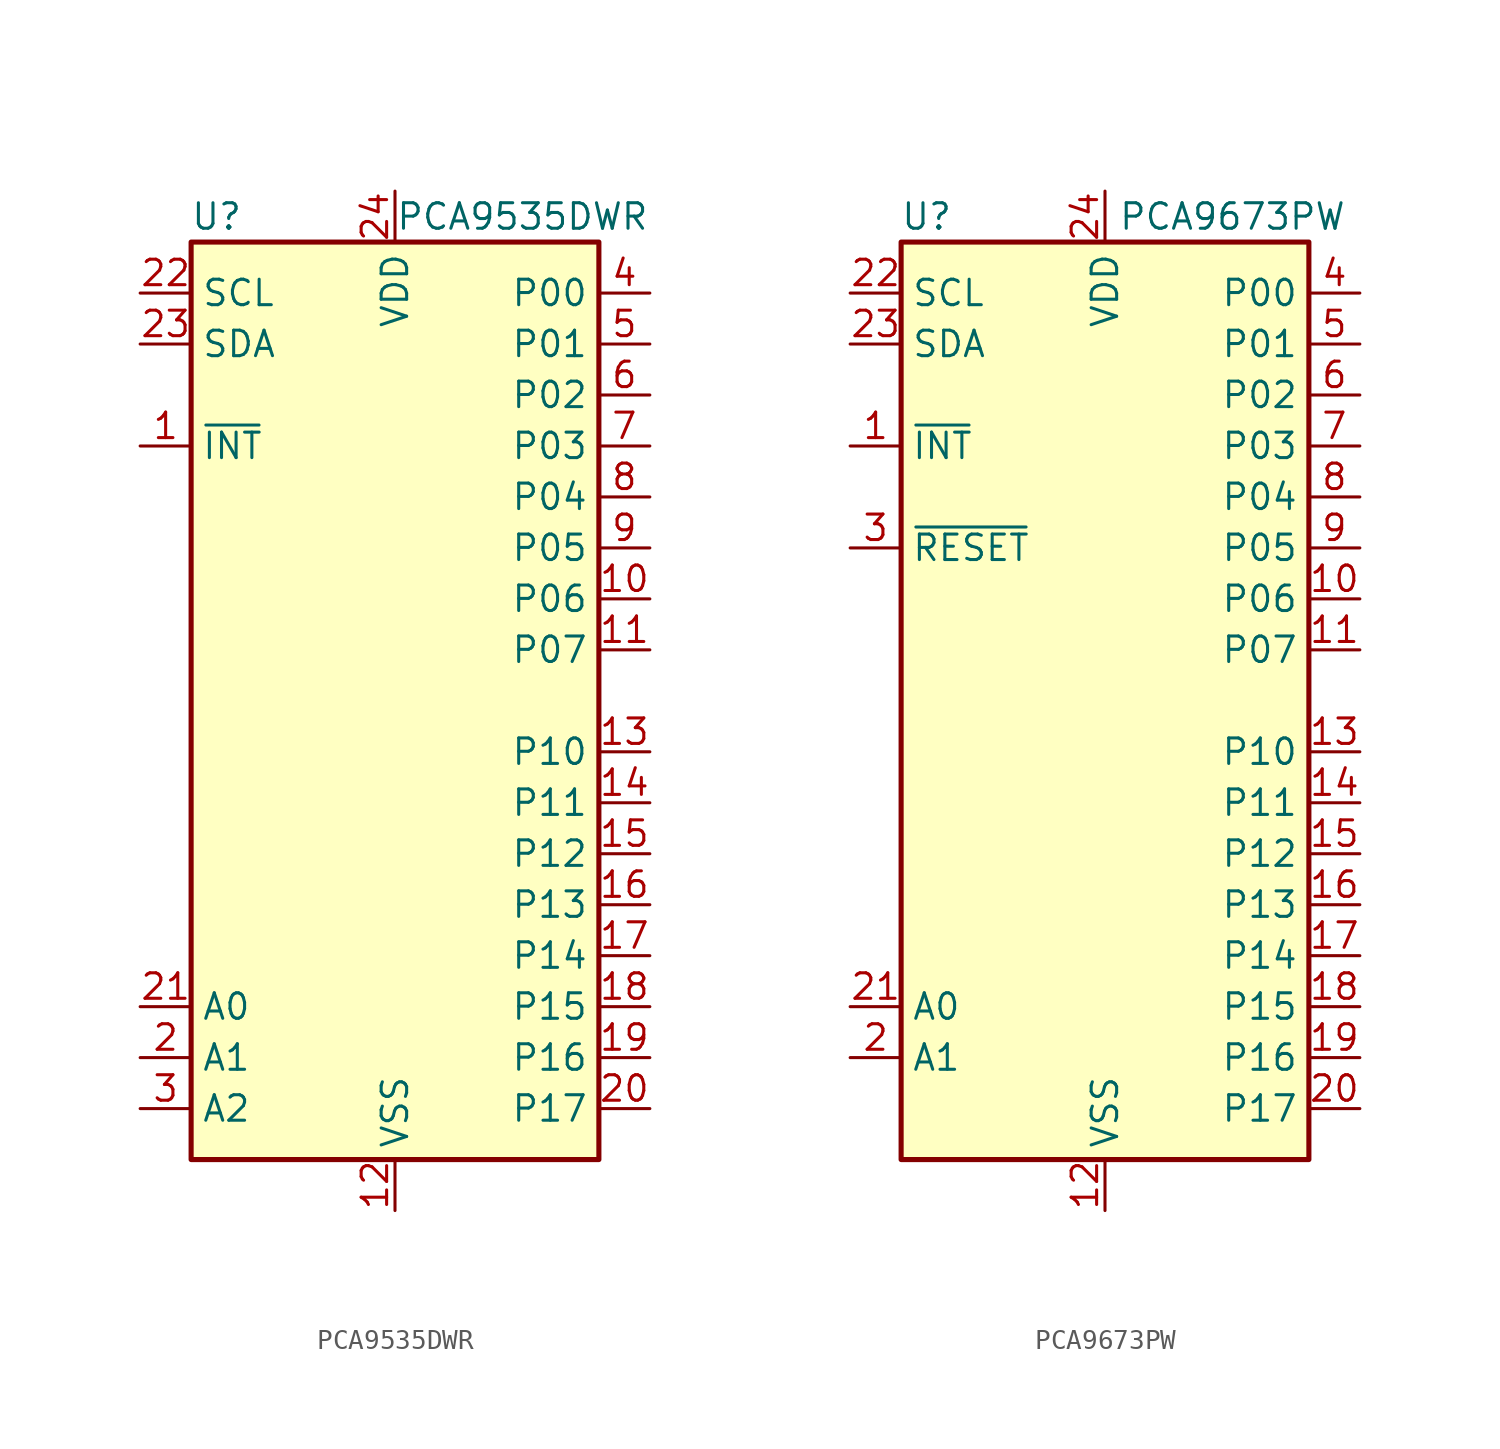
<source format=kicad_sym>
(kicad_symbol_lib
  (version 20211014)
  (generator kicad_symbol_editor)
  (symbol "PCA9535DWR"
    (property "Reference" "U"
      (at -8.89 24.13 0)
      (effects (font (size 1.27 1.27))))
    (property "Value" "PCA9535DWR"
      (at 6.35 24.13 0)
      (effects (font (size 1.27 1.27))))
    (symbol "PCA9535DWR_0_1"
      (rectangle (start -10.16 22.86) (end 10.16 -22.86) (stroke (width 0.254) (type default) (color 0 0 0 0)) (fill (type background))))
    (symbol "PCA9535DWR_1_1"
      (pin open_collector line (at -12.7 12.7 0) (length 2.54) (name "~{INT}" (effects (font (size 1.27 1.27)))) (number "1" (effects (font (size 1.27 1.27)))))
      (pin bidirectional line (at 12.7 5.08 180) (length 2.54) (name "P06" (effects (font (size 1.27 1.27)))) (number "10" (effects (font (size 1.27 1.27)))))
      (pin bidirectional line (at 12.7 2.54 180) (length 2.54) (name "P07" (effects (font (size 1.27 1.27)))) (number "11" (effects (font (size 1.27 1.27)))))
      (pin power_in line (at 0 -25.4 90) (length 2.54) (name "VSS" (effects (font (size 1.27 1.27)))) (number "12" (effects (font (size 1.27 1.27)))))
      (pin bidirectional line (at 12.7 -2.54 180) (length 2.54) (name "P10" (effects (font (size 1.27 1.27)))) (number "13" (effects (font (size 1.27 1.27)))))
      (pin bidirectional line (at 12.7 -5.08 180) (length 2.54) (name "P11" (effects (font (size 1.27 1.27)))) (number "14" (effects (font (size 1.27 1.27)))))
      (pin bidirectional line (at 12.7 -7.62 180) (length 2.54) (name "P12" (effects (font (size 1.27 1.27)))) (number "15" (effects (font (size 1.27 1.27)))))
      (pin bidirectional line (at 12.7 -10.16 180) (length 2.54) (name "P13" (effects (font (size 1.27 1.27)))) (number "16" (effects (font (size 1.27 1.27)))))
      (pin bidirectional line (at 12.7 -12.7 180) (length 2.54) (name "P14" (effects (font (size 1.27 1.27)))) (number "17" (effects (font (size 1.27 1.27)))))
      (pin bidirectional line (at 12.7 -15.24 180) (length 2.54) (name "P15" (effects (font (size 1.27 1.27)))) (number "18" (effects (font (size 1.27 1.27)))))
      (pin bidirectional line (at 12.7 -17.78 180) (length 2.54) (name "P16" (effects (font (size 1.27 1.27)))) (number "19" (effects (font (size 1.27 1.27)))))
      (pin input line (at -12.7 -17.78 0) (length 2.54) (name "A1" (effects (font (size 1.27 1.27)))) (number "2" (effects (font (size 1.27 1.27)))))
      (pin bidirectional line (at 12.7 -20.32 180) (length 2.54) (name "P17" (effects (font (size 1.27 1.27)))) (number "20" (effects (font (size 1.27 1.27)))))
      (pin input line (at -12.7 -15.24 0) (length 2.54) (name "A0" (effects (font (size 1.27 1.27)))) (number "21" (effects (font (size 1.27 1.27)))))
      (pin input line (at -12.7 20.32 0) (length 2.54) (name "SCL" (effects (font (size 1.27 1.27)))) (number "22" (effects (font (size 1.27 1.27)))))
      (pin bidirectional line (at -12.7 17.78 0) (length 2.54) (name "SDA" (effects (font (size 1.27 1.27)))) (number "23" (effects (font (size 1.27 1.27)))))
      (pin power_in line (at 0 25.4 270) (length 2.54) (name "VDD" (effects (font (size 1.27 1.27)))) (number "24" (effects (font (size 1.27 1.27)))))
      (pin input line (at -12.7 -20.32 0) (length 2.54) (name "A2" (effects (font (size 1.27 1.27)))) (number "3" (effects (font (size 1.27 1.27)))))
      (pin bidirectional line (at 12.7 20.32 180) (length 2.54) (name "P00" (effects (font (size 1.27 1.27)))) (number "4" (effects (font (size 1.27 1.27)))))
      (pin bidirectional line (at 12.7 17.78 180) (length 2.54) (name "P01" (effects (font (size 1.27 1.27)))) (number "5" (effects (font (size 1.27 1.27)))))
      (pin bidirectional line (at 12.7 15.24 180) (length 2.54) (name "P02" (effects (font (size 1.27 1.27)))) (number "6" (effects (font (size 1.27 1.27)))))
      (pin bidirectional line (at 12.7 12.7 180) (length 2.54) (name "P03" (effects (font (size 1.27 1.27)))) (number "7" (effects (font (size 1.27 1.27)))))
      (pin bidirectional line (at 12.7 10.16 180) (length 2.54) (name "P04" (effects (font (size 1.27 1.27)))) (number "8" (effects (font (size 1.27 1.27)))))
      (pin bidirectional line (at 12.7 7.62 180) (length 2.54) (name "P05" (effects (font (size 1.27 1.27)))) (number "9" (effects (font (size 1.27 1.27)))))))
  (symbol "PCA9673PW"
    (property "Reference" "U"
      (at -8.89 24.13 0)
      (effects (font (size 1.27 1.27))))
    (property "Value" "PCA9673PW"
      (at 6.35 24.13 0)
      (effects (font (size 1.27 1.27))))
    (symbol "PCA9673PW_0_1"
      (rectangle (start -10.16 22.86) (end 10.16 -22.86) (stroke (width 0.254) (type default) (color 0 0 0 0)) (fill (type background))))
    (symbol "PCA9673PW_1_1"
      (pin open_collector line (at -12.7 12.7 0) (length 2.54) (name "~{INT}" (effects (font (size 1.27 1.27)))) (number "1" (effects (font (size 1.27 1.27)))))
      (pin bidirectional line (at 12.7 5.08 180) (length 2.54) (name "P06" (effects (font (size 1.27 1.27)))) (number "10" (effects (font (size 1.27 1.27)))))
      (pin bidirectional line (at 12.7 2.54 180) (length 2.54) (name "P07" (effects (font (size 1.27 1.27)))) (number "11" (effects (font (size 1.27 1.27)))))
      (pin power_in line (at 0 -25.4 90) (length 2.54) (name "VSS" (effects (font (size 1.27 1.27)))) (number "12" (effects (font (size 1.27 1.27)))))
      (pin bidirectional line (at 12.7 -2.54 180) (length 2.54) (name "P10" (effects (font (size 1.27 1.27)))) (number "13" (effects (font (size 1.27 1.27)))))
      (pin bidirectional line (at 12.7 -5.08 180) (length 2.54) (name "P11" (effects (font (size 1.27 1.27)))) (number "14" (effects (font (size 1.27 1.27)))))
      (pin bidirectional line (at 12.7 -7.62 180) (length 2.54) (name "P12" (effects (font (size 1.27 1.27)))) (number "15" (effects (font (size 1.27 1.27)))))
      (pin bidirectional line (at 12.7 -10.16 180) (length 2.54) (name "P13" (effects (font (size 1.27 1.27)))) (number "16" (effects (font (size 1.27 1.27)))))
      (pin bidirectional line (at 12.7 -12.7 180) (length 2.54) (name "P14" (effects (font (size 1.27 1.27)))) (number "17" (effects (font (size 1.27 1.27)))))
      (pin bidirectional line (at 12.7 -15.24 180) (length 2.54) (name "P15" (effects (font (size 1.27 1.27)))) (number "18" (effects (font (size 1.27 1.27)))))
      (pin bidirectional line (at 12.7 -17.78 180) (length 2.54) (name "P16" (effects (font (size 1.27 1.27)))) (number "19" (effects (font (size 1.27 1.27)))))
      (pin input line (at -12.7 -17.78 0) (length 2.54) (name "A1" (effects (font (size 1.27 1.27)))) (number "2" (effects (font (size 1.27 1.27)))))
      (pin bidirectional line (at 12.7 -20.32 180) (length 2.54) (name "P17" (effects (font (size 1.27 1.27)))) (number "20" (effects (font (size 1.27 1.27)))))
      (pin input line (at -12.7 -15.24 0) (length 2.54) (name "A0" (effects (font (size 1.27 1.27)))) (number "21" (effects (font (size 1.27 1.27)))))
      (pin input line (at -12.7 20.32 0) (length 2.54) (name "SCL" (effects (font (size 1.27 1.27)))) (number "22" (effects (font (size 1.27 1.27)))))
      (pin bidirectional line (at -12.7 17.78 0) (length 2.54) (name "SDA" (effects (font (size 1.27 1.27)))) (number "23" (effects (font (size 1.27 1.27)))))
      (pin power_in line (at 0 25.4 270) (length 2.54) (name "VDD" (effects (font (size 1.27 1.27)))) (number "24" (effects (font (size 1.27 1.27)))))
      (pin input line (at -12.7 7.62 0) (length 2.54) (name "~{RESET}" (effects (font (size 1.27 1.27)))) (number "3" (effects (font (size 1.27 1.27)))))
      (pin bidirectional line (at 12.7 20.32 180) (length 2.54) (name "P00" (effects (font (size 1.27 1.27)))) (number "4" (effects (font (size 1.27 1.27)))))
      (pin bidirectional line (at 12.7 17.78 180) (length 2.54) (name "P01" (effects (font (size 1.27 1.27)))) (number "5" (effects (font (size 1.27 1.27)))))
      (pin bidirectional line (at 12.7 15.24 180) (length 2.54) (name "P02" (effects (font (size 1.27 1.27)))) (number "6" (effects (font (size 1.27 1.27)))))
      (pin bidirectional line (at 12.7 12.7 180) (length 2.54) (name "P03" (effects (font (size 1.27 1.27)))) (number "7" (effects (font (size 1.27 1.27)))))
      (pin bidirectional line (at 12.7 10.16 180) (length 2.54) (name "P04" (effects (font (size 1.27 1.27)))) (number "8" (effects (font (size 1.27 1.27)))))
      (pin bidirectional line (at 12.7 7.62 180) (length 2.54) (name "P05" (effects (font (size 1.27 1.27)))) (number "9" (effects (font (size 1.27 1.27))))))))
</source>
